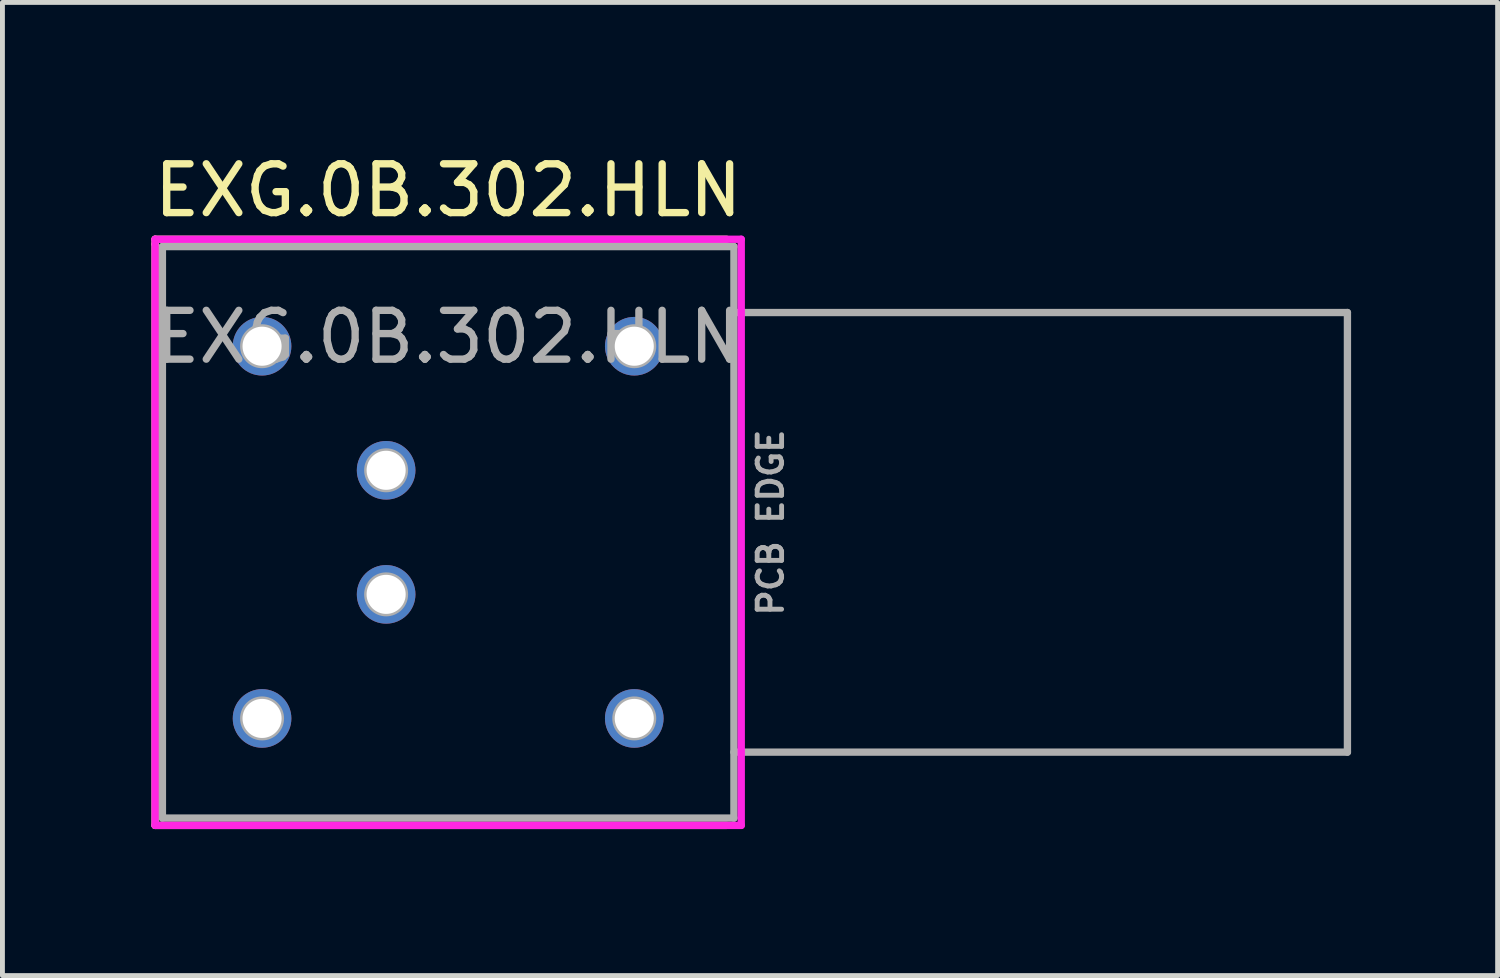
<source format=kicad_pcb>
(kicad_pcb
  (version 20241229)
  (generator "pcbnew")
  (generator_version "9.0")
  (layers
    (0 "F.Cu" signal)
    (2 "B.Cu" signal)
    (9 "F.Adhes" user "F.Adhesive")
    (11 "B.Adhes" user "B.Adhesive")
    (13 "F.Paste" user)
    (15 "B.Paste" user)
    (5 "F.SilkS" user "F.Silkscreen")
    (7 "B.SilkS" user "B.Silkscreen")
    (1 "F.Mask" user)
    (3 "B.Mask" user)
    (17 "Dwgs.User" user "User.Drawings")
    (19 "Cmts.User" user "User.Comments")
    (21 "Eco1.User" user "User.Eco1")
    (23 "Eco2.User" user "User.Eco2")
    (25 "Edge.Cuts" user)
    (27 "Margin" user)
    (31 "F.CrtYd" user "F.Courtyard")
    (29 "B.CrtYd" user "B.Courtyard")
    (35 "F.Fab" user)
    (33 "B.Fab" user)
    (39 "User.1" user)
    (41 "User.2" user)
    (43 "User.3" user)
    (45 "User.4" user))
  (footprint "EXG.0B.302.HLN"
    (layer "F.Cu")
    (at 6.125 7.848)
    (property "Reference" "EXG.0B.302.HLN" (at 0 -7 0) (layer "F.SilkS") (effects (font (size 1 1) (thickness 0.15))))
    (attr through_hole)
    (fp_line (start -6 -6) (end 5.7 -6) (stroke (width 0.15) (type solid)) (layer "F.SilkS"))
    (fp_line (start -6 -5.9) (end -6 -6) (stroke (width 0.15) (type solid)) (layer "F.SilkS"))
    (fp_line (start -6 6) (end -6 -5.9) (stroke (width 0.15) (type solid)) (layer "F.SilkS"))
    (fp_line (start 5.7 6) (end -6 6) (stroke (width 0.15) (type solid)) (layer "F.SilkS"))
    (fp_line (start -6 -6) (end 6 -6) (stroke (width 0.15) (type solid)) (layer "F.CrtYd"))
    (fp_line (start -6 6) (end -6 -6) (stroke (width 0.15) (type solid)) (layer "F.CrtYd"))
    (fp_line (start 6 -6) (end 6 6) (stroke (width 0.15) (type solid)) (layer "F.CrtYd"))
    (fp_line (start 6 6) (end -6 6) (stroke (width 0.15) (type solid)) (layer "F.CrtYd"))
    (fp_line (start -5.85 -5.85) (end -5.85 5.85) (stroke (width 0.15) (type solid)) (layer "F.Fab"))
    (fp_line (start -5.85 -5.85) (end 5.85 -5.85) (stroke (width 0.15) (type solid)) (layer "F.Fab"))
    (fp_line (start -5.85 5.85) (end 5.85 5.85) (stroke (width 0.15) (type solid)) (layer "F.Fab"))
    (fp_line (start 5.85 -5.85) (end 5.85 5.85) (stroke (width 0.15) (type solid)) (layer "F.Fab"))
    (fp_line (start 5.85 -4.5) (end 18.41 -4.5) (stroke (width 0.15) (type solid)) (layer "F.Fab"))
    (fp_line (start 5.85 4.5) (end 18.41 4.5) (stroke (width 0.15) (type solid)) (layer "F.Fab"))
    (fp_line (start 18.41 -4.5) (end 18.41 4.5) (stroke (width 0.15) (type solid)) (layer "F.Fab"))
    (fp_circle (center -3.81 -3.81) (end -3.41 -3.81) (stroke (width 0.1) (type solid)) (fill no) (layer "F.Fab"))
    (fp_circle (center -3.81 3.81) (end -3.41 3.81) (stroke (width 0.1) (type solid)) (fill no) (layer "F.Fab"))
    (fp_circle (center -1.27 -1.27) (end -0.87 -1.27) (stroke (width 0.1) (type solid)) (fill no) (layer "F.Fab"))
    (fp_circle (center -1.27 1.27) (end -0.87 1.27) (stroke (width 0.1) (type solid)) (fill no) (layer "F.Fab"))
    (fp_circle (center 3.81 -3.81) (end 4.21 -3.81) (stroke (width 0.1) (type solid)) (fill no) (layer "F.Fab"))
    (fp_circle (center 3.81 3.81) (end 4.21 3.81) (stroke (width 0.1) (type solid)) (fill no) (layer "F.Fab"))
    (fp_text user "${REFERENCE}" (at 0 -4 0) (layer "F.Fab") (effects (font (size 1 1) (thickness 0.15))))
    (fp_text user "PCB EDGE" (at 6.6 -0.2 90) (layer "F.Fab") (effects (font (size 0.5 0.5) (thickness 0.1))))
    (pad "" thru_hole circle (at -3.81 -3.81) (size 1.2 1.2) (drill 0.8) (layers "*.Cu" "*.Mask"))
    (pad "" thru_hole circle (at -3.81 3.81) (size 1.2 1.2) (drill 0.8) (layers "*.Cu" "*.Mask"))
    (pad "" thru_hole circle (at 3.81 -3.81) (size 1.2 1.2) (drill 0.8) (layers "*.Cu" "*.Mask"))
    (pad "" thru_hole circle (at 3.81 3.81) (size 1.2 1.2) (drill 0.8) (layers "*.Cu" "*.Mask"))
    (pad "1" thru_hole circle (at -1.27 1.27) (size 1.2 1.2) (drill 0.8) (layers "*.Cu" "*.Mask"))
    (pad "2" thru_hole circle (at -1.27 -1.27) (size 1.2 1.2) (drill 0.8) (layers "*.Cu" "*.Mask")))
  (gr_rect
    (start -3 -3)
    (end 27.61 16.923)
    (stroke (width 0.1) (type default))
    (fill no)
    (layer "Edge.Cuts")))
</source>
